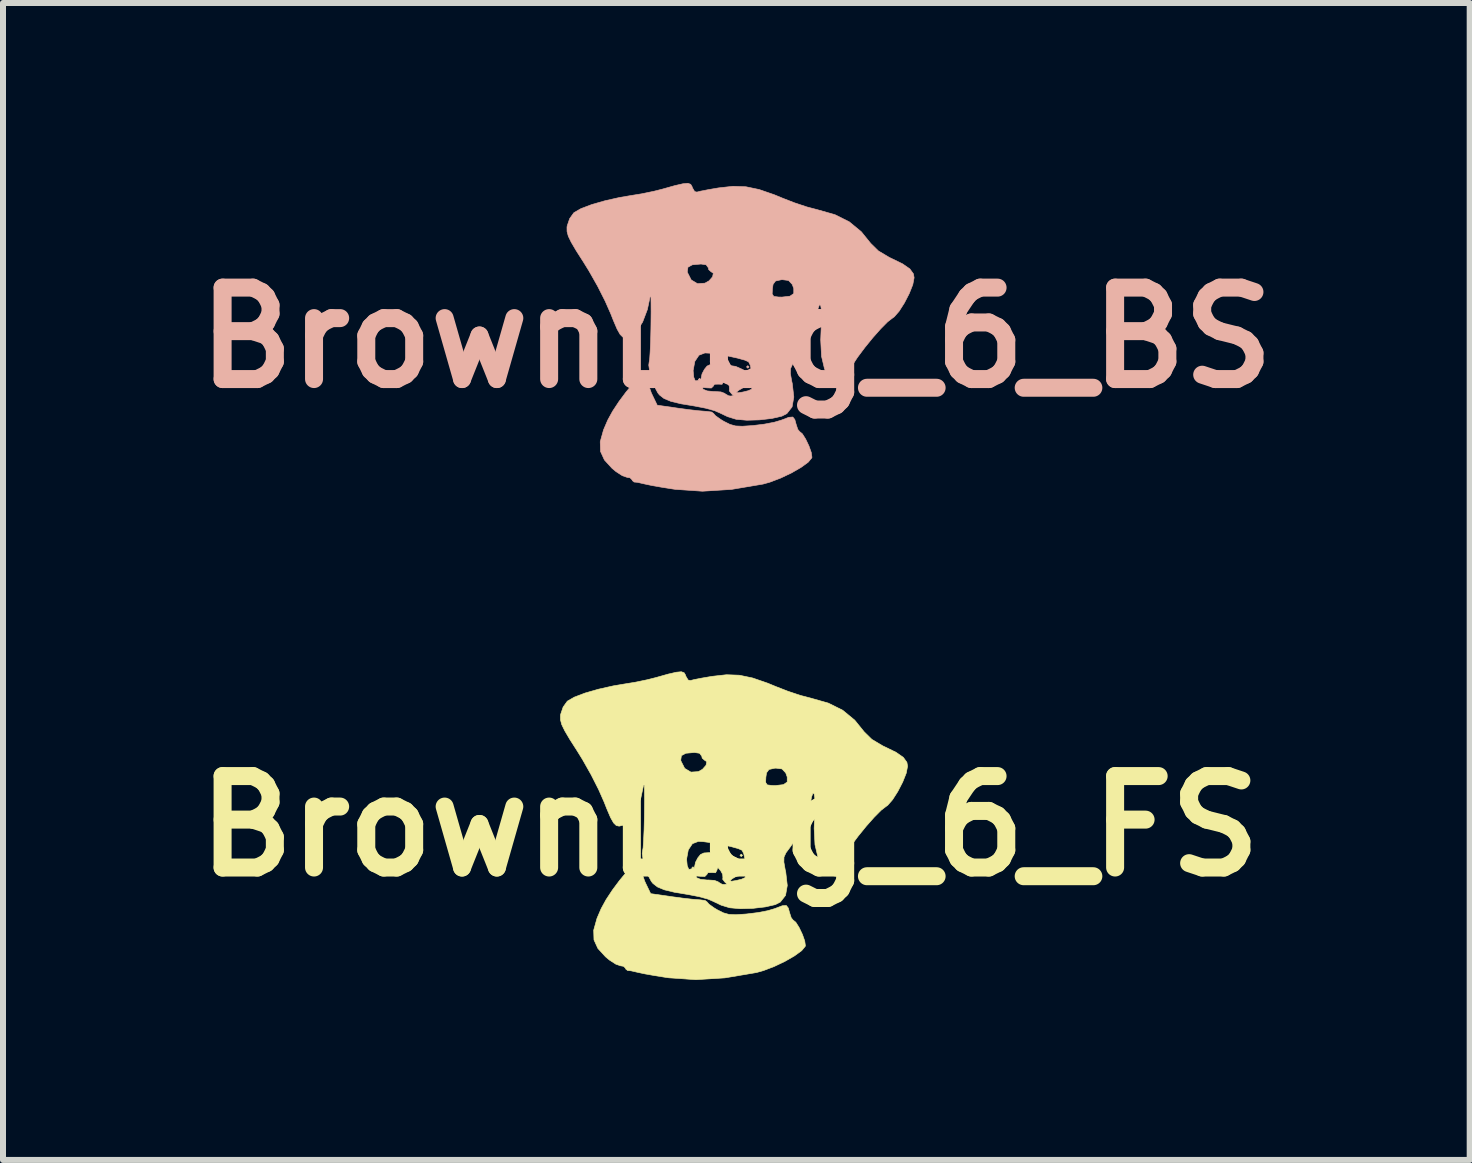
<source format=kicad_pcb>
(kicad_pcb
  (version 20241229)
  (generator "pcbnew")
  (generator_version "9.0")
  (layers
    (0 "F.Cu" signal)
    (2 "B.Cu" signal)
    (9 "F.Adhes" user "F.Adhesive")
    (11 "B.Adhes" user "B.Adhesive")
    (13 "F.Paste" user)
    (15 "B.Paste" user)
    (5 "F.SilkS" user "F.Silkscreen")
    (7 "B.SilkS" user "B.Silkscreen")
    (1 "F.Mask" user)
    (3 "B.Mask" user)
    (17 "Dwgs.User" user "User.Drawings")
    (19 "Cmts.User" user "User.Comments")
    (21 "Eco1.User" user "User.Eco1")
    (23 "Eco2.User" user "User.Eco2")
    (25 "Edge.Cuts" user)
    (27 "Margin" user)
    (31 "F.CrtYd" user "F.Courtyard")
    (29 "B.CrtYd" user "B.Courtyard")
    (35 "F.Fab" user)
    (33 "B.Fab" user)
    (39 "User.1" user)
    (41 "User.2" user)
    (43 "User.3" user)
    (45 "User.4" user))
  (footprint "BrownDog_6_BS"
    (layer "F.Cu")
    (at 9.224 2.579)
    (property "Reference" "BrownDog_6_BS" (at 0 0 0) (layer "B.SilkS") (effects (font (size 1.524 1.524) (thickness 0.3))))
    (attr through_hole)
    (fp_poly (pts (xy -0.593 0.699) (xy -0.614 0.72) (xy -0.635 0.699) (xy -0.614 0.677) (xy -0.593 0.699)) (stroke (width 0.01) (type solid)) (fill yes) (layer "B.SilkS"))
    (fp_poly (pts (xy 0.212 0.487) (xy 0.191 0.508) (xy 0.169 0.487) (xy 0.191 0.466) (xy 0.212 0.487)) (stroke (width 0.01) (type solid)) (fill yes) (layer "B.SilkS"))
    (fp_poly (pts (xy -1.49 0.629) (xy -1.482 0.691) (xy -1.463 0.79) (xy -1.418 0.918) (xy -1.4 0.957) (xy -1.319 1.125) (xy -0.964 1.176) (xy -0.785 1.2) (xy -0.625 1.218) (xy -0.513 1.227) (xy -0.495 1.228) (xy -0.412 1.239) (xy -0.381 1.262) (xy -0.347 1.301) (xy -0.262 1.362) (xy -0.207 1.395) (xy -0.107 1.445) (xy -0.014 1.471) (xy 0.1 1.476) (xy 0.266 1.465) (xy 0.287 1.463) (xy 0.466 1.441) (xy 0.633 1.409) (xy 0.751 1.374) (xy 0.753 1.373) (xy 0.874 1.327) (xy 0.941 1.322) (xy 0.975 1.365) (xy 0.995 1.439) (xy 1.024 1.528) (xy 1.055 1.566) (xy 1.056 1.566) (xy 1.1 1.602) (xy 1.156 1.691) (xy 1.21 1.804) (xy 1.249 1.914) (xy 1.26 1.993) (xy 1.258 2.002) (xy 1.198 2.075) (xy 1.077 2.163) (xy 0.917 2.255) (xy 0.738 2.34) (xy 0.559 2.408) (xy 0.445 2.44) (xy -0.082 2.529) (xy -0.565 2.559) (xy -1.017 2.528) (xy -1.065 2.521) (xy -1.248 2.492) (xy -1.412 2.463) (xy -1.53 2.438) (xy -1.552 2.433) (xy -1.648 2.411) (xy -1.704 2.406) (xy -1.735 2.381) (xy -1.736 2.371) (xy -1.771 2.336) (xy -1.82 2.328) (xy -1.899 2.301) (xy -2.006 2.232) (xy -2.071 2.178) (xy -2.199 2.038) (xy -2.264 1.896) (xy -2.269 1.734) (xy -2.214 1.537) (xy -2.144 1.374) (xy -2.063 1.226) (xy -1.957 1.065) (xy -1.838 0.905) (xy -1.721 0.764) (xy -1.617 0.656) (xy -1.539 0.598) (xy -1.518 0.593) (xy -1.49 0.629)) (stroke (width 0.01) (type solid)) (fill yes) (layer "B.SilkS"))
    (fp_poly (pts (xy -0.761 -2.557) (xy -0.738 -2.518) (xy -0.733 -2.5) (xy -0.695 -2.436) (xy -0.658 -2.427) (xy -0.595 -2.443) (xy -0.472 -2.467) (xy -0.315 -2.494) (xy -0.289 -2.498) (xy -0.055 -2.524) (xy 0.16 -2.516) (xy 0.38 -2.47) (xy 0.632 -2.383) (xy 0.775 -2.324) (xy 0.968 -2.249) (xy 1.175 -2.18) (xy 1.343 -2.136) (xy 1.643 -2.051) (xy 1.882 -1.932) (xy 2.082 -1.767) (xy 2.24 -1.572) (xy 2.367 -1.447) (xy 2.552 -1.337) (xy 2.578 -1.325) (xy 2.771 -1.231) (xy 2.892 -1.147) (xy 2.952 -1.064) (xy 2.963 -0.999) (xy 2.941 -0.884) (xy 2.882 -0.736) (xy 2.801 -0.579) (xy 2.713 -0.441) (xy 2.631 -0.347) (xy 2.605 -0.329) (xy 2.522 -0.265) (xy 2.406 -0.148) (xy 2.274 0.001) (xy 2.14 0.166) (xy 2.019 0.328) (xy 1.927 0.469) (xy 1.902 0.514) (xy 1.828 0.628) (xy 1.747 0.711) (xy 1.728 0.724) (xy 1.652 0.749) (xy 1.591 0.715) (xy 1.559 0.679) (xy 1.47 0.521) (xy 1.42 0.31) (xy 1.406 0.036) (xy 1.414 -0.159) (xy 1.421 -0.339) (xy 1.417 -0.469) (xy 1.405 -0.541) (xy 1.385 -0.549) (xy 1.362 -0.486) (xy 1.34 -0.36) (xy 1.27 -0.101) (xy 1.132 0.17) (xy 1.005 0.351) (xy 0.936 0.444) (xy 0.903 0.516) (xy 0.901 0.599) (xy 0.923 0.725) (xy 0.932 0.763) (xy 0.958 0.989) (xy 0.929 1.154) (xy 0.842 1.265) (xy 0.758 1.308) (xy 0.592 1.346) (xy 0.385 1.37) (xy 0.175 1.376) (xy 0.004 1.361) (xy -0.007 1.359) (xy -0.144 1.317) (xy -0.264 1.26) (xy -0.269 1.257) (xy -0.364 1.216) (xy -0.512 1.175) (xy -0.681 1.142) (xy -0.685 1.141) (xy -0.922 1.102) (xy -1.091 1.061) (xy -1.205 1.014) (xy -1.282 0.954) (xy -1.308 0.921) (xy -1.357 0.83) (xy -0.561 0.83) (xy -0.557 0.857) (xy -0.555 0.859) (xy -0.486 0.887) (xy -0.375 0.898) (xy -0.363 0.897) (xy -0.257 0.904) (xy -0.193 0.928) (xy -0.19 0.933) (xy -0.13 0.968) (xy -0.093 0.973) (xy -0.047 0.965) (xy -0.08 0.935) (xy -0.119 0.885) (xy -0.115 0.862) (xy -0.119 0.803) (xy -0.152 0.743) (xy -0.196 0.692) (xy -0.211 0.71) (xy -0.212 0.729) (xy -0.238 0.777) (xy -0.296 0.774) (xy -0.366 0.776) (xy -0.381 0.804) (xy -0.416 0.839) (xy -0.49 0.836) (xy -0.561 0.83) (xy -1.357 0.83) (xy -1.36 0.825) (xy -1.408 0.695) (xy -1.444 0.563) (xy -1.446 0.553) (xy -0.72 0.553) (xy -0.71 0.658) (xy -0.686 0.716) (xy -0.677 0.72) (xy -0.595 0.703) (xy -0.584 0.662) (xy -0.572 0.603) (xy -0.532 0.527) (xy -0.488 0.473) (xy -0.432 0.447) (xy -0.339 0.441) (xy -0.203 0.45) (xy -0.012 0.478) (xy 0.115 0.534) (xy 0.196 0.628) (xy 0.223 0.688) (xy 0.22 0.754) (xy 0.146 0.815) (xy 0.126 0.826) (xy 0.04 0.876) (xy 0.000435 0.91) (xy 0 0.912) (xy 0.034 0.918) (xy 0.112 0.905) (xy 0.197 0.884) (xy 0.253 0.859) (xy 0.254 0.858) (xy 0.271 0.799) (xy 0.27 0.691) (xy 0.256 0.566) (xy 0.232 0.458) (xy 0.204 0.402) (xy 0.141 0.374) (xy 0.018 0.34) (xy -0.137 0.306) (xy -0.3 0.277) (xy -0.445 0.258) (xy -0.524 0.254) (xy -0.623 0.292) (xy -0.692 0.395) (xy -0.72 0.546) (xy -0.72 0.553) (xy -1.446 0.553) (xy -1.46 0.457) (xy -1.454 0.412) (xy -1.445 0.359) (xy -1.437 0.236) (xy -1.429 0.062) (xy -1.424 -0.148) (xy -1.423 -0.225) (xy -1.421 -0.429) (xy -1.422 -0.589) (xy -1.424 -0.693) (xy -1.428 -0.728) (xy 0.597 -0.728) (xy 0.624 -0.688) (xy 0.703 -0.678) (xy 0.761 -0.677) (xy 0.893 -0.692) (xy 0.956 -0.735) (xy 0.957 -0.738) (xy 0.957 -0.82) (xy 0.932 -0.888) (xy 0.87 -0.954) (xy 0.769 -0.967) (xy 0.749 -0.966) (xy 0.653 -0.945) (xy 0.612 -0.889) (xy 0.601 -0.815) (xy 0.597 -0.728) (xy -1.428 -0.728) (xy -1.428 -0.729) (xy -1.43 -0.72) (xy -1.483 -0.47) (xy -1.562 -0.262) (xy -1.66 -0.107) (xy -1.769 -0.018) (xy -1.845 0) (xy -1.893 -0.011) (xy -1.937 -0.054) (xy -1.987 -0.142) (xy -2.05 -0.289) (xy -2.093 -0.398) (xy -2.186 -0.609) (xy -2.311 -0.856) (xy -2.449 -1.1) (xy -0.818 -1.1) (xy -0.815 -1.087) (xy -0.752 -0.963) (xy -0.648 -0.901) (xy -0.524 -0.909) (xy -0.455 -0.948) (xy -0.396 -1.015) (xy -0.384 -1.075) (xy -0.423 -1.101) (xy -0.461 -1.135) (xy -0.466 -1.164) (xy -0.503 -1.215) (xy -0.589 -1.228) (xy -0.734 -1.215) (xy -0.807 -1.175) (xy -0.818 -1.1) (xy -2.449 -1.1) (xy -2.451 -1.104) (xy -2.545 -1.256) (xy -2.669 -1.45) (xy -2.752 -1.591) (xy -2.801 -1.692) (xy -2.822 -1.77) (xy -2.823 -1.839) (xy -2.82 -1.863) (xy -2.778 -1.986) (xy -2.71 -2.081) (xy -2.706 -2.085) (xy -2.591 -2.151) (xy -2.412 -2.219) (xy -2.189 -2.283) (xy -1.944 -2.338) (xy -1.773 -2.367) (xy -1.576 -2.399) (xy -1.374 -2.441) (xy -1.228 -2.478) (xy -1.026 -2.535) (xy -0.891 -2.566) (xy -0.808 -2.574) (xy -0.761 -2.557)) (stroke (width 0.01) (type solid)) (fill yes) (layer "B.SilkS")))
  (footprint "BrownDog_6_FS"
    (layer "F.Cu")
    (at 9.115 10.721)
    (property "Reference" "BrownDog_6_FS" (at 0 0 0) (layer "F.SilkS") (effects (font (size 1.524 1.524) (thickness 0.3))))
    (attr through_hole)
    (fp_poly (pts (xy -0.593 0.699) (xy -0.614 0.72) (xy -0.635 0.699) (xy -0.614 0.677) (xy -0.593 0.699)) (stroke (width 0.01) (type solid)) (fill yes) (layer "F.SilkS"))
    (fp_poly (pts (xy 0.212 0.487) (xy 0.191 0.508) (xy 0.169 0.487) (xy 0.191 0.466) (xy 0.212 0.487)) (stroke (width 0.01) (type solid)) (fill yes) (layer "F.SilkS"))
    (fp_poly (pts (xy -1.49 0.629) (xy -1.482 0.691) (xy -1.463 0.79) (xy -1.418 0.918) (xy -1.4 0.957) (xy -1.319 1.125) (xy -0.964 1.176) (xy -0.785 1.2) (xy -0.625 1.218) (xy -0.513 1.227) (xy -0.495 1.228) (xy -0.412 1.239) (xy -0.381 1.262) (xy -0.347 1.301) (xy -0.262 1.362) (xy -0.207 1.395) (xy -0.107 1.445) (xy -0.014 1.471) (xy 0.1 1.476) (xy 0.266 1.465) (xy 0.287 1.463) (xy 0.466 1.441) (xy 0.633 1.409) (xy 0.751 1.374) (xy 0.753 1.373) (xy 0.874 1.327) (xy 0.941 1.322) (xy 0.975 1.365) (xy 0.995 1.439) (xy 1.024 1.528) (xy 1.055 1.566) (xy 1.056 1.566) (xy 1.1 1.602) (xy 1.156 1.691) (xy 1.21 1.804) (xy 1.249 1.914) (xy 1.26 1.993) (xy 1.258 2.002) (xy 1.198 2.075) (xy 1.077 2.163) (xy 0.917 2.255) (xy 0.738 2.34) (xy 0.559 2.408) (xy 0.445 2.44) (xy -0.082 2.529) (xy -0.565 2.559) (xy -1.017 2.528) (xy -1.065 2.521) (xy -1.248 2.492) (xy -1.412 2.463) (xy -1.53 2.438) (xy -1.552 2.433) (xy -1.648 2.411) (xy -1.704 2.406) (xy -1.735 2.381) (xy -1.736 2.371) (xy -1.771 2.336) (xy -1.82 2.328) (xy -1.899 2.301) (xy -2.006 2.232) (xy -2.071 2.178) (xy -2.199 2.038) (xy -2.264 1.896) (xy -2.269 1.734) (xy -2.214 1.537) (xy -2.144 1.374) (xy -2.063 1.226) (xy -1.957 1.065) (xy -1.838 0.905) (xy -1.721 0.764) (xy -1.617 0.656) (xy -1.539 0.598) (xy -1.518 0.593) (xy -1.49 0.629)) (stroke (width 0.01) (type solid)) (fill yes) (layer "F.SilkS"))
    (fp_poly (pts (xy -0.761 -2.557) (xy -0.738 -2.518) (xy -0.733 -2.5) (xy -0.695 -2.436) (xy -0.658 -2.427) (xy -0.595 -2.443) (xy -0.472 -2.467) (xy -0.315 -2.494) (xy -0.289 -2.498) (xy -0.055 -2.524) (xy 0.16 -2.516) (xy 0.38 -2.47) (xy 0.632 -2.383) (xy 0.775 -2.324) (xy 0.968 -2.249) (xy 1.175 -2.18) (xy 1.343 -2.136) (xy 1.643 -2.051) (xy 1.882 -1.932) (xy 2.082 -1.767) (xy 2.24 -1.572) (xy 2.367 -1.447) (xy 2.552 -1.337) (xy 2.578 -1.325) (xy 2.771 -1.231) (xy 2.892 -1.147) (xy 2.952 -1.064) (xy 2.963 -0.999) (xy 2.941 -0.884) (xy 2.882 -0.736) (xy 2.801 -0.579) (xy 2.713 -0.441) (xy 2.631 -0.347) (xy 2.605 -0.329) (xy 2.522 -0.265) (xy 2.406 -0.148) (xy 2.274 0.001) (xy 2.14 0.166) (xy 2.019 0.328) (xy 1.927 0.469) (xy 1.902 0.514) (xy 1.828 0.628) (xy 1.747 0.711) (xy 1.728 0.724) (xy 1.652 0.749) (xy 1.591 0.715) (xy 1.559 0.679) (xy 1.47 0.521) (xy 1.42 0.31) (xy 1.406 0.036) (xy 1.414 -0.159) (xy 1.421 -0.339) (xy 1.417 -0.469) (xy 1.405 -0.541) (xy 1.385 -0.549) (xy 1.362 -0.486) (xy 1.34 -0.36) (xy 1.27 -0.101) (xy 1.132 0.17) (xy 1.005 0.351) (xy 0.936 0.444) (xy 0.903 0.516) (xy 0.901 0.599) (xy 0.923 0.725) (xy 0.932 0.763) (xy 0.958 0.989) (xy 0.929 1.154) (xy 0.842 1.265) (xy 0.758 1.308) (xy 0.592 1.346) (xy 0.385 1.37) (xy 0.175 1.376) (xy 0.004 1.361) (xy -0.007 1.359) (xy -0.144 1.317) (xy -0.264 1.26) (xy -0.269 1.257) (xy -0.364 1.216) (xy -0.512 1.175) (xy -0.681 1.142) (xy -0.685 1.141) (xy -0.922 1.102) (xy -1.091 1.061) (xy -1.205 1.014) (xy -1.282 0.954) (xy -1.308 0.921) (xy -1.357 0.83) (xy -0.561 0.83) (xy -0.557 0.857) (xy -0.555 0.859) (xy -0.486 0.887) (xy -0.375 0.898) (xy -0.363 0.897) (xy -0.257 0.904) (xy -0.193 0.928) (xy -0.19 0.933) (xy -0.13 0.968) (xy -0.093 0.973) (xy -0.047 0.965) (xy -0.08 0.935) (xy -0.119 0.885) (xy -0.115 0.862) (xy -0.119 0.803) (xy -0.152 0.743) (xy -0.196 0.692) (xy -0.211 0.71) (xy -0.212 0.729) (xy -0.238 0.777) (xy -0.296 0.774) (xy -0.366 0.776) (xy -0.381 0.804) (xy -0.416 0.839) (xy -0.49 0.836) (xy -0.561 0.83) (xy -1.357 0.83) (xy -1.36 0.825) (xy -1.408 0.695) (xy -1.444 0.563) (xy -1.446 0.553) (xy -0.72 0.553) (xy -0.71 0.658) (xy -0.686 0.716) (xy -0.677 0.72) (xy -0.595 0.703) (xy -0.584 0.662) (xy -0.572 0.603) (xy -0.532 0.527) (xy -0.488 0.473) (xy -0.432 0.447) (xy -0.339 0.441) (xy -0.203 0.45) (xy -0.012 0.478) (xy 0.115 0.534) (xy 0.196 0.628) (xy 0.223 0.688) (xy 0.22 0.754) (xy 0.146 0.815) (xy 0.126 0.826) (xy 0.04 0.876) (xy 0.000435 0.91) (xy 0 0.912) (xy 0.034 0.918) (xy 0.112 0.905) (xy 0.197 0.884) (xy 0.253 0.859) (xy 0.254 0.858) (xy 0.271 0.799) (xy 0.27 0.691) (xy 0.256 0.566) (xy 0.232 0.458) (xy 0.204 0.402) (xy 0.141 0.374) (xy 0.018 0.34) (xy -0.137 0.306) (xy -0.3 0.277) (xy -0.445 0.258) (xy -0.524 0.254) (xy -0.623 0.292) (xy -0.692 0.395) (xy -0.72 0.546) (xy -0.72 0.553) (xy -1.446 0.553) (xy -1.46 0.457) (xy -1.454 0.412) (xy -1.445 0.359) (xy -1.437 0.236) (xy -1.429 0.062) (xy -1.424 -0.148) (xy -1.423 -0.225) (xy -1.421 -0.429) (xy -1.422 -0.589) (xy -1.424 -0.693) (xy -1.428 -0.728) (xy 0.597 -0.728) (xy 0.624 -0.688) (xy 0.703 -0.678) (xy 0.761 -0.677) (xy 0.893 -0.692) (xy 0.956 -0.735) (xy 0.957 -0.738) (xy 0.957 -0.82) (xy 0.932 -0.888) (xy 0.87 -0.954) (xy 0.769 -0.967) (xy 0.749 -0.966) (xy 0.653 -0.945) (xy 0.612 -0.889) (xy 0.601 -0.815) (xy 0.597 -0.728) (xy -1.428 -0.728) (xy -1.428 -0.729) (xy -1.43 -0.72) (xy -1.483 -0.47) (xy -1.562 -0.262) (xy -1.66 -0.107) (xy -1.769 -0.018) (xy -1.845 0) (xy -1.893 -0.011) (xy -1.937 -0.054) (xy -1.987 -0.142) (xy -2.05 -0.289) (xy -2.093 -0.398) (xy -2.186 -0.609) (xy -2.311 -0.856) (xy -2.449 -1.1) (xy -0.818 -1.1) (xy -0.815 -1.087) (xy -0.752 -0.963) (xy -0.648 -0.901) (xy -0.524 -0.909) (xy -0.455 -0.948) (xy -0.396 -1.015) (xy -0.384 -1.075) (xy -0.423 -1.101) (xy -0.461 -1.135) (xy -0.466 -1.164) (xy -0.503 -1.215) (xy -0.589 -1.228) (xy -0.734 -1.215) (xy -0.807 -1.175) (xy -0.818 -1.1) (xy -2.449 -1.1) (xy -2.451 -1.104) (xy -2.545 -1.256) (xy -2.669 -1.45) (xy -2.752 -1.591) (xy -2.801 -1.692) (xy -2.822 -1.77) (xy -2.823 -1.839) (xy -2.82 -1.863) (xy -2.778 -1.986) (xy -2.71 -2.081) (xy -2.706 -2.085) (xy -2.591 -2.151) (xy -2.412 -2.219) (xy -2.189 -2.283) (xy -1.944 -2.338) (xy -1.773 -2.367) (xy -1.576 -2.399) (xy -1.374 -2.441) (xy -1.228 -2.478) (xy -1.026 -2.535) (xy -0.891 -2.566) (xy -0.808 -2.574) (xy -0.761 -2.557)) (stroke (width 0.01) (type solid)) (fill yes) (layer "F.SilkS")))
  (gr_rect
    (start -3 -3)
    (end 21.448 16.285)
    (stroke (width 0.1) (type default))
    (fill no)
    (layer "Edge.Cuts")))
</source>
